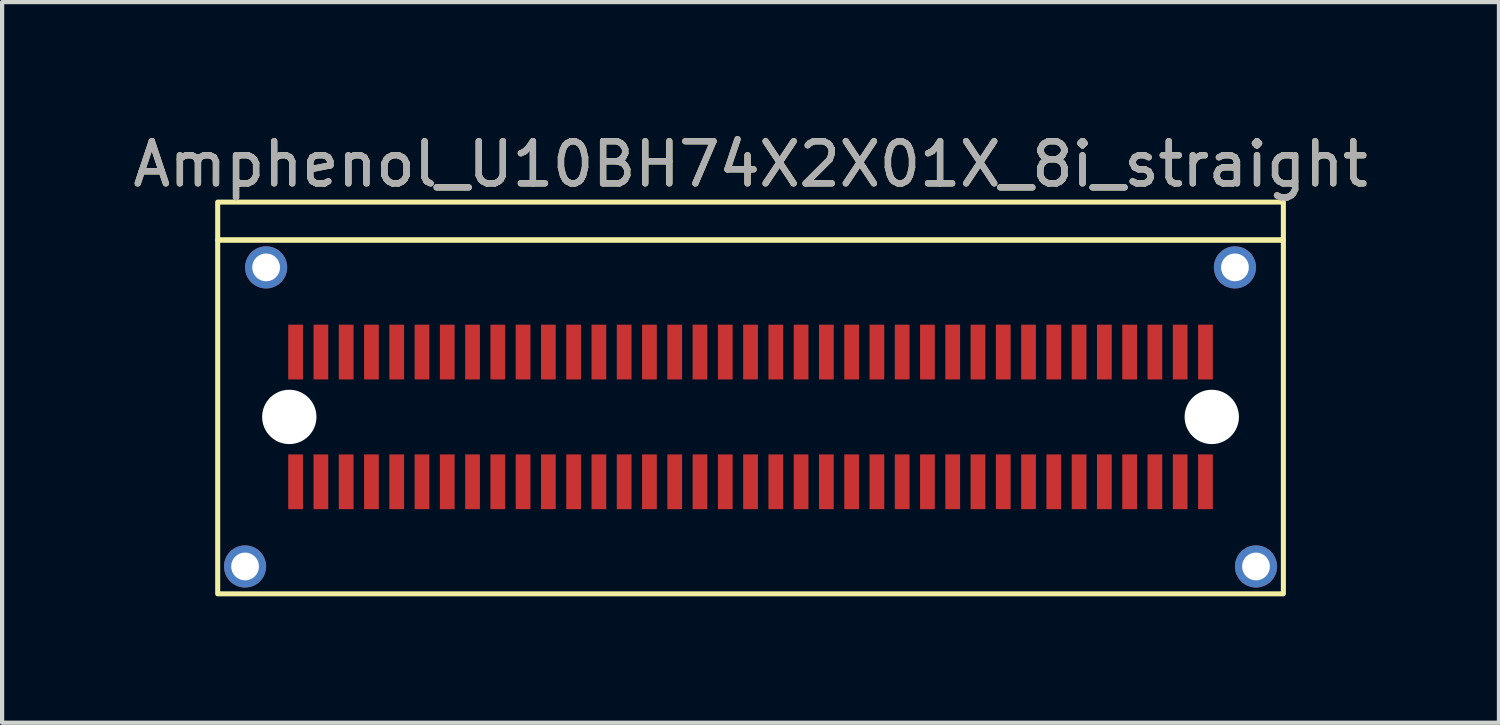
<source format=kicad_pcb>
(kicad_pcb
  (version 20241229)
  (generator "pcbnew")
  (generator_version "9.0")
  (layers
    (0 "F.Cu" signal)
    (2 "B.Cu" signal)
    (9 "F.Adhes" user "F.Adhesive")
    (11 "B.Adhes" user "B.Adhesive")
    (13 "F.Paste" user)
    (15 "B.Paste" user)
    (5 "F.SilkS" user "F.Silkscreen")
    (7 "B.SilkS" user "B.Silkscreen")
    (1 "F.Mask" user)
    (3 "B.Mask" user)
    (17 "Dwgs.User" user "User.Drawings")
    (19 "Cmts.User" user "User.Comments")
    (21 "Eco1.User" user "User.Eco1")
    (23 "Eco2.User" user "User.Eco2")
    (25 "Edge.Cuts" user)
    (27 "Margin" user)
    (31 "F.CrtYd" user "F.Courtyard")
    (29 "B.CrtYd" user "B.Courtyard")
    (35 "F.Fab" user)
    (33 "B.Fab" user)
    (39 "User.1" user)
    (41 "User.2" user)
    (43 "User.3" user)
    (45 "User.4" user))
  (footprint "Amphenol_U10BH74X2X01X_8i_straight"
    (layer "F.Cu")
    (at 14.768 6.848)
    (property "Reference" "Amphenol_U10BH74X2X01X_8i_straight" (at 0 -6 0) (unlocked yes) (layer "F.SilkS") (effects (font (size 1 1) (thickness 0.15))))
    (attr smd)
    (fp_rect (start -12.65 -4.2) (end 12.65 -5.1) (stroke (width 0.12) (type solid)) (fill no) (layer "F.SilkS"))
    (fp_rect (start -12.65 -4.2) (end 12.65 4.2) (stroke (width 0.12) (type solid)) (fill no) (layer "F.SilkS"))
    (fp_text user "${REFERENCE}" (at 0 -6 0) (unlocked yes) (layer "F.Fab") (effects (font (size 1 1) (thickness 0.15))))
    (pad "" thru_hole circle (at -12 3.55) (size 1 1) (drill 0.66) (layers "*.Cu" "*.Mask") (remove_unused_layers yes) (keep_end_layers yes) (zone_layer_connections))
    (pad "" thru_hole circle (at -11.5 -3.55) (size 1 1) (drill 0.66) (layers "*.Cu" "*.Mask") (remove_unused_layers yes) (keep_end_layers yes) (zone_layer_connections))
    (pad "" np_thru_hole circle (at -10.95 0) (size 1.29 1.29) (drill 1.3) (layers "*.Cu" "*.Mask"))
    (pad "" np_thru_hole circle (at 10.95 0) (size 1.29 1.29) (drill 1.3) (layers "*.Cu" "*.Mask"))
    (pad "" thru_hole circle (at 11.5 -3.55) (size 1 1) (drill 0.66) (layers "*.Cu" "*.Mask") (remove_unused_layers yes) (keep_end_layers yes) (zone_layer_connections))
    (pad "" thru_hole circle (at 12 3.55) (size 1 1) (drill 0.66) (layers "*.Cu" "*.Mask") (remove_unused_layers yes) (keep_end_layers yes) (zone_layer_connections))
    (pad "A1" smd rect (at -10.8 1.54) (size 0.35 1.3) (layers "F.Cu" "F.Mask" "F.Paste"))
    (pad "A2" smd rect (at -10.2 1.54) (size 0.35 1.3) (layers "F.Cu" "F.Mask" "F.Paste"))
    (pad "A3" smd rect (at -9.6 1.54) (size 0.35 1.3) (layers "F.Cu" "F.Mask" "F.Paste"))
    (pad "A4" smd rect (at -9 1.54) (size 0.35 1.3) (layers "F.Cu" "F.Mask" "F.Paste"))
    (pad "A5" smd rect (at -8.4 1.54) (size 0.35 1.3) (layers "F.Cu" "F.Mask" "F.Paste"))
    (pad "A6" smd rect (at -7.8 1.54) (size 0.35 1.3) (layers "F.Cu" "F.Mask" "F.Paste"))
    (pad "A7" smd rect (at -7.2 1.54) (size 0.35 1.3) (layers "F.Cu" "F.Mask" "F.Paste"))
    (pad "A8" smd rect (at -6.6 1.54) (size 0.35 1.3) (layers "F.Cu" "F.Mask" "F.Paste"))
    (pad "A9" smd rect (at -6 1.54) (size 0.35 1.3) (layers "F.Cu" "F.Mask" "F.Paste"))
    (pad "A10" smd rect (at -5.4 1.54) (size 0.35 1.3) (layers "F.Cu" "F.Mask" "F.Paste"))
    (pad "A11" smd rect (at -4.8 1.54) (size 0.35 1.3) (layers "F.Cu" "F.Mask" "F.Paste"))
    (pad "A12" smd rect (at -3.6 1.54) (size 0.35 1.3) (layers "F.Cu" "F.Mask" "F.Paste"))
    (pad "A13" smd rect (at -4.2 1.54) (size 0.35 1.3) (layers "F.Cu" "F.Mask" "F.Paste"))
    (pad "A14" smd rect (at -3 1.54) (size 0.35 1.3) (layers "F.Cu" "F.Mask" "F.Paste"))
    (pad "A15" smd rect (at -2.4 1.54) (size 0.35 1.3) (layers "F.Cu" "F.Mask" "F.Paste"))
    (pad "A16" smd rect (at -1.8 1.54) (size 0.35 1.3) (layers "F.Cu" "F.Mask" "F.Paste"))
    (pad "A17" smd rect (at -1.2 1.54) (size 0.35 1.3) (layers "F.Cu" "F.Mask" "F.Paste"))
    (pad "A18" smd rect (at -0.6 1.54) (size 0.35 1.3) (layers "F.Cu" "F.Mask" "F.Paste"))
    (pad "A19" smd rect (at 0 1.54) (size 0.35 1.3) (layers "F.Cu" "F.Mask" "F.Paste"))
    (pad "A20" smd rect (at 0.6 1.54) (size 0.35 1.3) (layers "F.Cu" "F.Mask" "F.Paste"))
    (pad "A21" smd rect (at 1.2 1.54) (size 0.35 1.3) (layers "F.Cu" "F.Mask" "F.Paste"))
    (pad "A22" smd rect (at 1.8 1.54) (size 0.35 1.3) (layers "F.Cu" "F.Mask" "F.Paste"))
    (pad "A23" smd rect (at 2.4 1.54) (size 0.35 1.3) (layers "F.Cu" "F.Mask" "F.Paste"))
    (pad "A24" smd rect (at 3 1.54) (size 0.35 1.3) (layers "F.Cu" "F.Mask" "F.Paste"))
    (pad "A25" smd rect (at 3.6 1.54) (size 0.35 1.3) (layers "F.Cu" "F.Mask" "F.Paste"))
    (pad "A26" smd rect (at 4.2 1.54) (size 0.35 1.3) (layers "F.Cu" "F.Mask" "F.Paste"))
    (pad "A27" smd rect (at 4.8 1.54) (size 0.35 1.3) (layers "F.Cu" "F.Mask" "F.Paste"))
    (pad "A28" smd rect (at 5.4 1.54) (size 0.35 1.3) (layers "F.Cu" "F.Mask" "F.Paste"))
    (pad "A29" smd rect (at 6 1.54) (size 0.35 1.3) (layers "F.Cu" "F.Mask" "F.Paste"))
    (pad "A30" smd rect (at 6.6 1.54) (size 0.35 1.3) (layers "F.Cu" "F.Mask" "F.Paste"))
    (pad "A31" smd rect (at 7.2 1.54) (size 0.35 1.3) (layers "F.Cu" "F.Mask" "F.Paste"))
    (pad "A32" smd rect (at 7.8 1.54) (size 0.35 1.3) (layers "F.Cu" "F.Mask" "F.Paste"))
    (pad "A33" smd rect (at 8.4 1.54) (size 0.35 1.3) (layers "F.Cu" "F.Mask" "F.Paste"))
    (pad "A34" smd rect (at 9 1.54) (size 0.35 1.3) (layers "F.Cu" "F.Mask" "F.Paste"))
    (pad "A35" smd rect (at 9.6 1.54) (size 0.35 1.3) (layers "F.Cu" "F.Mask" "F.Paste"))
    (pad "A36" smd rect (at 10.2 1.54) (size 0.35 1.3) (layers "F.Cu" "F.Mask" "F.Paste"))
    (pad "A37" smd rect (at 10.8 1.54) (size 0.35 1.3) (layers "F.Cu" "F.Mask" "F.Paste"))
    (pad "B1" smd rect (at -10.8 -1.54) (size 0.35 1.3) (layers "F.Cu" "F.Mask" "F.Paste"))
    (pad "B2" smd rect (at -10.2 -1.54) (size 0.35 1.3) (layers "F.Cu" "F.Mask" "F.Paste"))
    (pad "B3" smd rect (at -9.6 -1.54) (size 0.35 1.3) (layers "F.Cu" "F.Mask" "F.Paste"))
    (pad "B4" smd rect (at -9 -1.54) (size 0.35 1.3) (layers "F.Cu" "F.Mask" "F.Paste"))
    (pad "B5" smd rect (at -8.4 -1.54) (size 0.35 1.3) (layers "F.Cu" "F.Mask" "F.Paste"))
    (pad "B6" smd rect (at -7.8 -1.54) (size 0.35 1.3) (layers "F.Cu" "F.Mask" "F.Paste"))
    (pad "B7" smd rect (at -7.2 -1.54) (size 0.35 1.3) (layers "F.Cu" "F.Mask" "F.Paste"))
    (pad "B8" smd rect (at -6.6 -1.54) (size 0.35 1.3) (layers "F.Cu" "F.Mask" "F.Paste"))
    (pad "B9" smd rect (at -6 -1.54) (size 0.35 1.3) (layers "F.Cu" "F.Mask" "F.Paste"))
    (pad "B10" smd rect (at -5.4 -1.54) (size 0.35 1.3) (layers "F.Cu" "F.Mask" "F.Paste"))
    (pad "B11" smd rect (at -4.8 -1.54) (size 0.35 1.3) (layers "F.Cu" "F.Mask" "F.Paste"))
    (pad "B12" smd rect (at -4.2 -1.54) (size 0.35 1.3) (layers "F.Cu" "F.Mask" "F.Paste"))
    (pad "B13" smd rect (at -3.6 -1.54) (size 0.35 1.3) (layers "F.Cu" "F.Mask" "F.Paste"))
    (pad "B14" smd rect (at -3 -1.54) (size 0.35 1.3) (layers "F.Cu" "F.Mask" "F.Paste"))
    (pad "B15" smd rect (at -2.4 -1.54) (size 0.35 1.3) (layers "F.Cu" "F.Mask" "F.Paste"))
    (pad "B16" smd rect (at -1.8 -1.54) (size 0.35 1.3) (layers "F.Cu" "F.Mask" "F.Paste"))
    (pad "B17" smd rect (at -1.2 -1.54) (size 0.35 1.3) (layers "F.Cu" "F.Mask" "F.Paste"))
    (pad "B18" smd rect (at -0.6 -1.54) (size 0.35 1.3) (layers "F.Cu" "F.Mask" "F.Paste"))
    (pad "B19" smd rect (at 0 -1.54) (size 0.35 1.3) (layers "F.Cu" "F.Mask" "F.Paste"))
    (pad "B20" smd rect (at 0.6 -1.54) (size 0.35 1.3) (layers "F.Cu" "F.Mask" "F.Paste"))
    (pad "B21" smd rect (at 1.2 -1.54) (size 0.35 1.3) (layers "F.Cu" "F.Mask" "F.Paste"))
    (pad "B22" smd rect (at 1.8 -1.54) (size 0.35 1.3) (layers "F.Cu" "F.Mask" "F.Paste"))
    (pad "B23" smd rect (at 2.4 -1.54) (size 0.35 1.3) (layers "F.Cu" "F.Mask" "F.Paste"))
    (pad "B24" smd rect (at 3 -1.54) (size 0.35 1.3) (layers "F.Cu" "F.Mask" "F.Paste"))
    (pad "B25" smd rect (at 3.6 -1.54) (size 0.35 1.3) (layers "F.Cu" "F.Mask" "F.Paste"))
    (pad "B26" smd rect (at 4.2 -1.54) (size 0.35 1.3) (layers "F.Cu" "F.Mask" "F.Paste"))
    (pad "B27" smd rect (at 4.8 -1.54) (size 0.35 1.3) (layers "F.Cu" "F.Mask" "F.Paste"))
    (pad "B28" smd rect (at 5.4 -1.54) (size 0.35 1.3) (layers "F.Cu" "F.Mask" "F.Paste"))
    (pad "B29" smd rect (at 6 -1.54) (size 0.35 1.3) (layers "F.Cu" "F.Mask" "F.Paste"))
    (pad "B30" smd rect (at 6.6 -1.54) (size 0.35 1.3) (layers "F.Cu" "F.Mask" "F.Paste"))
    (pad "B31" smd rect (at 7.2 -1.54) (size 0.35 1.3) (layers "F.Cu" "F.Mask" "F.Paste"))
    (pad "B32" smd rect (at 7.8 -1.54) (size 0.35 1.3) (layers "F.Cu" "F.Mask" "F.Paste"))
    (pad "B33" smd rect (at 8.4 -1.54) (size 0.35 1.3) (layers "F.Cu" "F.Mask" "F.Paste"))
    (pad "B34" smd rect (at 9 -1.54) (size 0.35 1.3) (layers "F.Cu" "F.Mask" "F.Paste"))
    (pad "B35" smd rect (at 9.6 -1.54) (size 0.35 1.3) (layers "F.Cu" "F.Mask" "F.Paste"))
    (pad "B36" smd rect (at 10.2 -1.54) (size 0.35 1.3) (layers "F.Cu" "F.Mask" "F.Paste"))
    (pad "B37" smd rect (at 10.8 -1.54) (size 0.35 1.3) (layers "F.Cu" "F.Mask" "F.Paste"))
    (zone (net_name "") (layer "F.Cu") (hatch edge 0.508) (connect_pads) (min_thickness 0.254) (filled_areas_thickness no) (keepout (tracks not_allowed) (vias not_allowed) (pads not_allowed) (copperpour not_allowed) (footprints not_allowed)) (placement (enabled no)) (fill) (polygon (pts (xy 3.268 3.548) (xy 2.418 3.548) (xy 2.418 3.048) (xy 3.268 3.048))))
    (zone (net_name "") (layer "F.Cu") (hatch full 0.508) (connect_pads) (min_thickness 0.254) (filled_areas_thickness no) (keepout (tracks not_allowed) (vias not_allowed) (pads not_allowed) (copperpour not_allowed) (footprints allowed)) (placement (enabled no)) (fill) (polygon (pts (xy 3.568 6.248) (xy 2.968 6.248) (xy 2.968 3.798) (xy 3.568 3.798))))
    (zone (net_name "") (layer "F.Cu") (hatch full 0.508) (connect_pads) (min_thickness 0.254) (filled_areas_thickness no) (keepout (tracks not_allowed) (vias not_allowed) (pads not_allowed) (copperpour not_allowed) (footprints allowed)) (placement (enabled no)) (fill) (polygon (pts (xy 3.568 9.898) (xy 2.968 9.898) (xy 2.968 7.448) (xy 3.568 7.448))))
    (zone (net_name "") (layer "F.Cu") (hatch edge 0.508) (connect_pads) (min_thickness 0.254) (filled_areas_thickness no) (keepout (tracks not_allowed) (vias not_allowed) (pads not_allowed) (copperpour not_allowed) (footprints not_allowed)) (placement (enabled no)) (fill) (polygon (pts (xy 3.618 10.648) (xy 2.768 10.648) (xy 2.768 10.148) (xy 3.618 10.148))))
    (zone (net_name "") (layer "F.Cu") (hatch edge 0.508) (connect_pads) (min_thickness 0.254) (filled_areas_thickness no) (keepout (tracks not_allowed) (vias not_allowed) (pads not_allowed) (copperpour not_allowed) (footprints not_allowed)) (placement (enabled no)) (fill) (polygon (pts (xy 26.268 3.048) (xy 27.118 3.048) (xy 27.118 3.548) (xy 26.268 3.548))))
    (zone (net_name "") (layer "F.Cu") (hatch full 0.508) (connect_pads) (min_thickness 0.254) (filled_areas_thickness no) (keepout (tracks not_allowed) (vias not_allowed) (pads not_allowed) (copperpour not_allowed) (footprints allowed)) (placement (enabled no)) (fill) (polygon (pts (xy 26.568 6.248) (xy 25.968 6.248) (xy 25.968 3.798) (xy 26.568 3.798))))
    (zone (net_name "") (layer "F.Cu") (hatch full 0.508) (connect_pads) (min_thickness 0.254) (filled_areas_thickness no) (keepout (tracks not_allowed) (vias not_allowed) (pads not_allowed) (copperpour not_allowed) (footprints allowed)) (placement (enabled no)) (fill) (polygon (pts (xy 26.568 9.898) (xy 25.968 9.898) (xy 25.968 7.448) (xy 26.568 7.448))))
    (zone (net_name "") (layer "F.Cu") (hatch edge 0.508) (connect_pads) (min_thickness 0.254) (filled_areas_thickness no) (keepout (tracks not_allowed) (vias not_allowed) (pads not_allowed) (copperpour not_allowed) (footprints not_allowed)) (placement (enabled no)) (fill) (polygon (pts (xy 26.768 10.648) (xy 25.918 10.648) (xy 25.918 10.148) (xy 26.768 10.148)))))
  (gr_rect
    (start -3 -3)
    (end 32.536 14.108)
    (stroke (width 0.1) (type default))
    (fill no)
    (layer "Edge.Cuts")))
</source>
